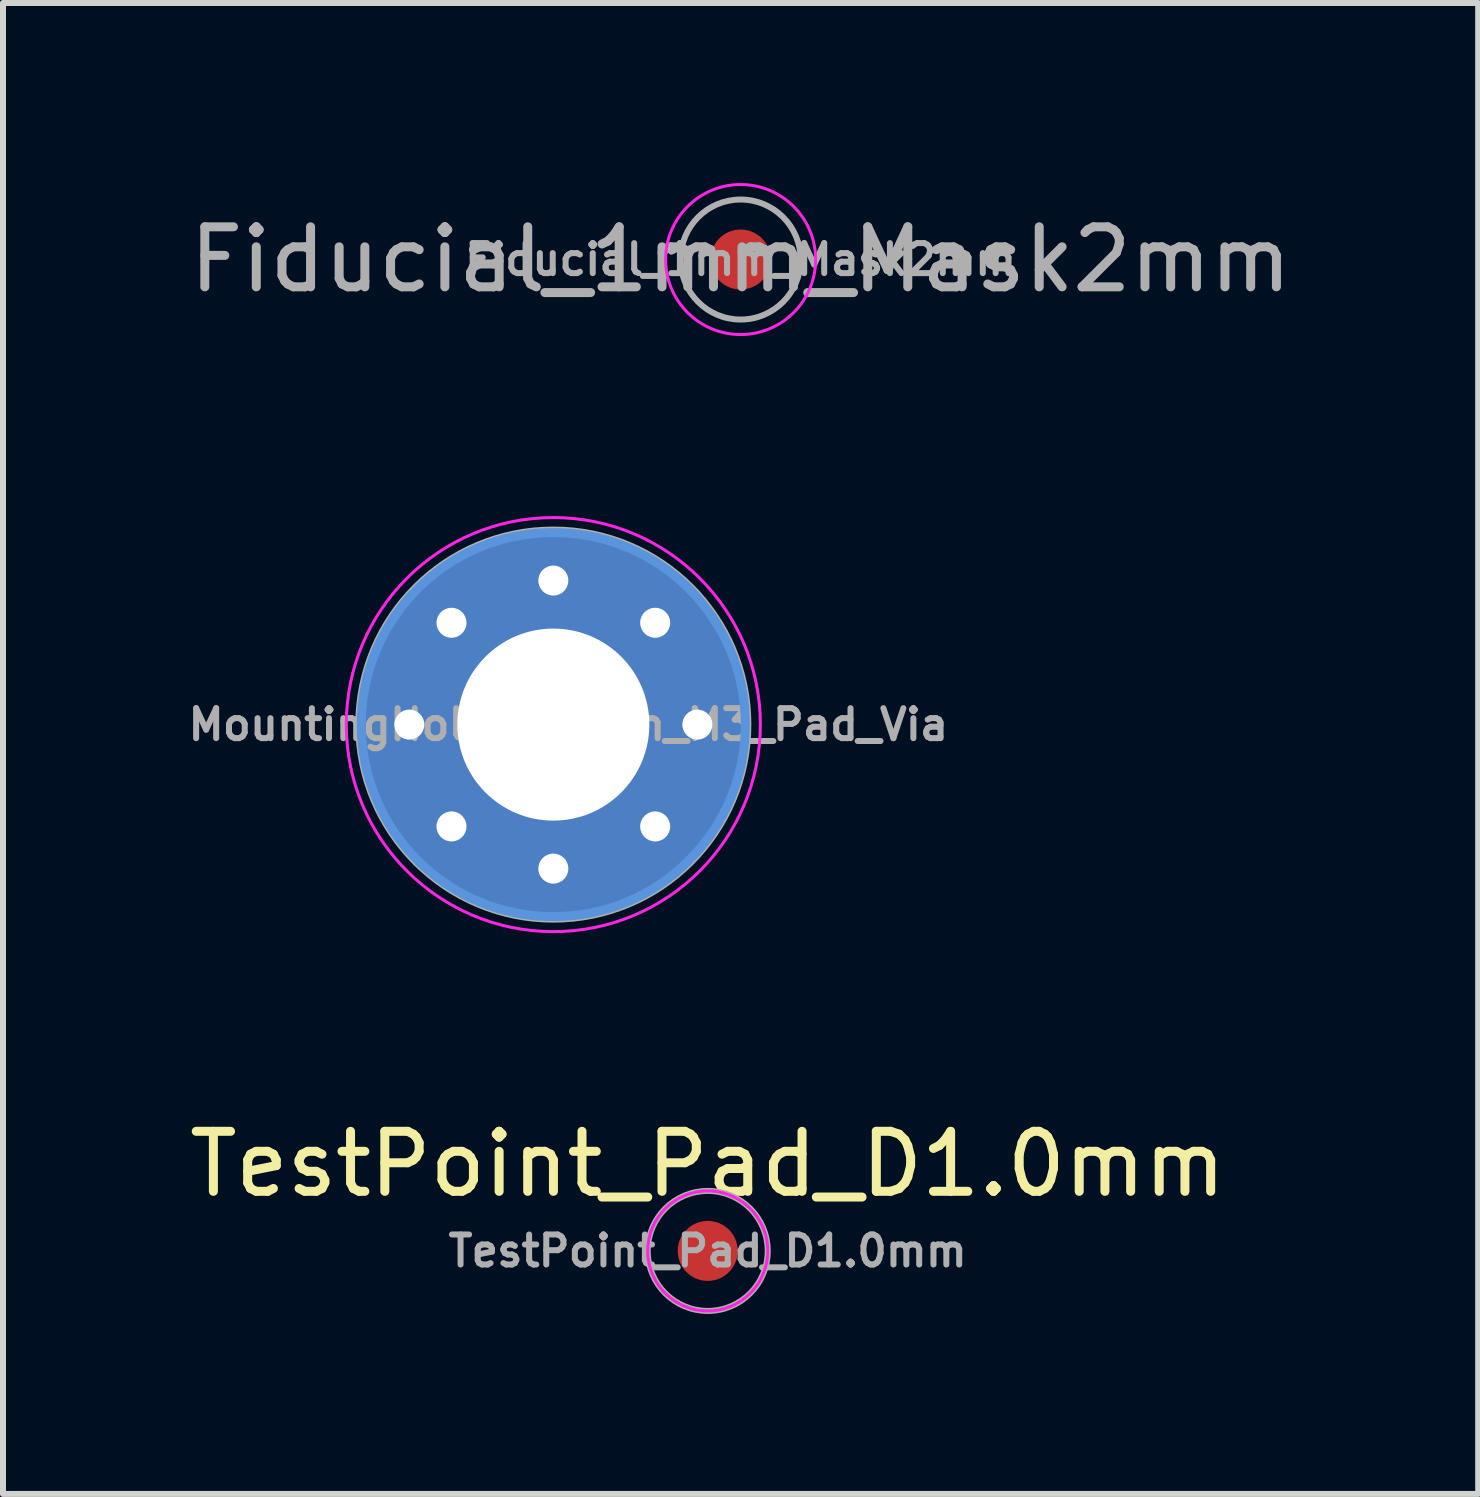
<source format=kicad_pcb>
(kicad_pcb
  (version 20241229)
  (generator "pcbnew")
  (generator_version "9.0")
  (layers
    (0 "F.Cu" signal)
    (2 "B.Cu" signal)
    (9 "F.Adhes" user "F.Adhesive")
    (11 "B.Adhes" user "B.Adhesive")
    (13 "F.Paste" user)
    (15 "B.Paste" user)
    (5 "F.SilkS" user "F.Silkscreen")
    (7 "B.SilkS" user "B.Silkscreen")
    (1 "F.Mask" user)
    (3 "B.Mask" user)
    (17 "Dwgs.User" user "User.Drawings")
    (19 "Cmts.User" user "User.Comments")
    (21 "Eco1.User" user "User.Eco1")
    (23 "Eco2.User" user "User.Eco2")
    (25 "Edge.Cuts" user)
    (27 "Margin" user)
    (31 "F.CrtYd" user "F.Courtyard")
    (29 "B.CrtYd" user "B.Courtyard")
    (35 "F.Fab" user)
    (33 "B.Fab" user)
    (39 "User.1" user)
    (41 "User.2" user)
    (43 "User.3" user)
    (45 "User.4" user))
  (footprint "Fiducial_1mm_Mask2mm"
    (layer "F.Cu")
    (at 9.292 1.275)
    (property "Reference" "Fiducial_1mm_Mask2mm" (at 0 0 0) (layer "F.Fab") (effects (font (size 1 1) (thickness 0.15))))
    (attr smd exclude_from_pos_files exclude_from_bom)
    (fp_circle (center 0 0) (end 1.25 0) (stroke (width 0.05) (type solid)) (fill no) (layer "F.CrtYd"))
    (fp_circle (center 0 0) (end 1 0) (stroke (width 0.1) (type solid)) (fill no) (layer "F.Fab"))
    (fp_text user "${REFERENCE}" (at 0 0 0) (layer "F.Fab") (effects (font (size 0.5 0.5) (thickness 0.1) (bold yes))))
    (pad "" smd circle (at 0 0) (size 1 1) (layers "F.Cu" "F.Mask")))
  (footprint "MountingHole_3.2mm_M3_Pad_Via"
    (layer "F.Cu")
    (at 6.171 9.025)
    (property "Reference" "MountingHole_3.2mm_M3_Pad_Via" (at 0.25 0 0) (layer "F.Fab") (effects (font (size 0.5 0.5) (thickness 0.1))))
    (attr exclude_from_pos_files exclude_from_bom)
    (fp_circle (center 0 0) (end 3.2 0) (stroke (width 0.15) (type solid)) (fill no) (layer "Cmts.User"))
    (fp_circle (center 0 0) (end 3.45 0) (stroke (width 0.05) (type solid)) (fill no) (layer "F.CrtYd"))
    (fp_circle (center 0 0) (end 3.25 0) (stroke (width 0.1) (type default)) (fill no) (layer "F.Fab"))
    (pad "1" thru_hole circle (at -2.4 0) (size 0.8 0.8) (drill 0.5) (layers "*.Cu" "*.Mask"))
    (pad "1" thru_hole circle (at -1.697 -1.697) (size 0.8 0.8) (drill 0.5) (layers "*.Cu" "*.Mask"))
    (pad "1" thru_hole circle (at -1.697 1.697) (size 0.8 0.8) (drill 0.5) (layers "*.Cu" "*.Mask"))
    (pad "1" thru_hole circle (at 0 -2.4) (size 0.8 0.8) (drill 0.5) (layers "*.Cu" "*.Mask"))
    (pad "1" thru_hole circle (at 0 0) (size 6.4 6.4) (drill 3.2) (layers "*.Cu" "*.Mask"))
    (pad "1" thru_hole circle (at 0 2.4) (size 0.8 0.8) (drill 0.5) (layers "*.Cu" "*.Mask"))
    (pad "1" thru_hole circle (at 1.697 -1.697) (size 0.8 0.8) (drill 0.5) (layers "*.Cu" "*.Mask"))
    (pad "1" thru_hole circle (at 1.697 1.697) (size 0.8 0.8) (drill 0.5) (layers "*.Cu" "*.Mask"))
    (pad "1" thru_hole circle (at 2.4 0) (size 0.8 0.8) (drill 0.5) (layers "*.Cu" "*.Mask")))
  (footprint "TestPoint_Pad_D1.0mm"
    (layer "F.Cu")
    (at 8.744 17.796)
    (property "Reference" "TestPoint_Pad_D1.0mm" (at 0 -1.448 0) (layer "F.SilkS") (effects (font (size 1 1) (thickness 0.15))))
    (attr exclude_from_pos_files exclude_from_bom)
    (fp_circle (center 0 0) (end 1 0) (stroke (width 0.05) (type solid)) (fill no) (layer "F.CrtYd"))
    (fp_circle (center 0 0) (end 1 0) (stroke (width 0.1) (type default)) (fill no) (layer "F.Fab"))
    (fp_text user "${REFERENCE}" (at 0 0 0) (layer "F.Fab") (effects (font (size 0.5 0.5) (thickness 0.1) (bold yes))))
    (pad "1" smd circle (at 0 0) (size 1 1) (layers "F.Cu" "F.Mask")))
  (gr_rect
    (start -3 -3)
    (end 21.583 21.846)
    (stroke (width 0.1) (type default))
    (fill no)
    (layer "Edge.Cuts")))
</source>
